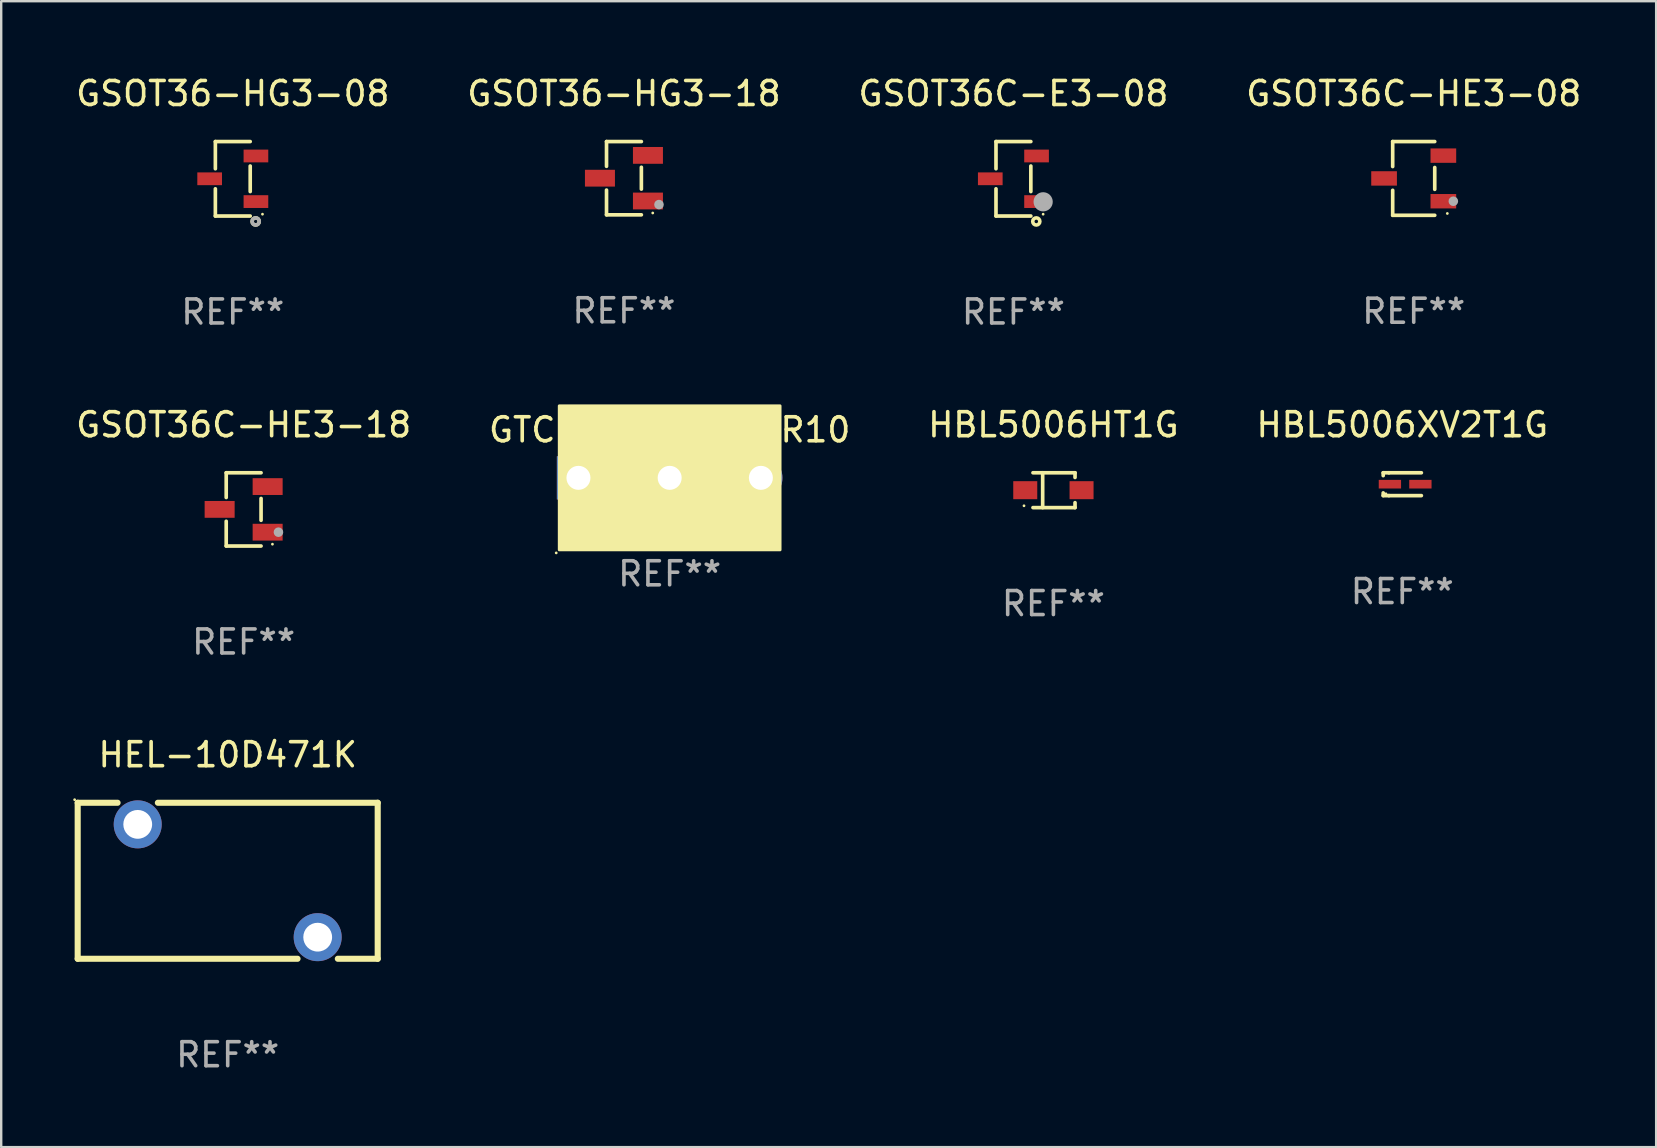
<source format=kicad_pcb>
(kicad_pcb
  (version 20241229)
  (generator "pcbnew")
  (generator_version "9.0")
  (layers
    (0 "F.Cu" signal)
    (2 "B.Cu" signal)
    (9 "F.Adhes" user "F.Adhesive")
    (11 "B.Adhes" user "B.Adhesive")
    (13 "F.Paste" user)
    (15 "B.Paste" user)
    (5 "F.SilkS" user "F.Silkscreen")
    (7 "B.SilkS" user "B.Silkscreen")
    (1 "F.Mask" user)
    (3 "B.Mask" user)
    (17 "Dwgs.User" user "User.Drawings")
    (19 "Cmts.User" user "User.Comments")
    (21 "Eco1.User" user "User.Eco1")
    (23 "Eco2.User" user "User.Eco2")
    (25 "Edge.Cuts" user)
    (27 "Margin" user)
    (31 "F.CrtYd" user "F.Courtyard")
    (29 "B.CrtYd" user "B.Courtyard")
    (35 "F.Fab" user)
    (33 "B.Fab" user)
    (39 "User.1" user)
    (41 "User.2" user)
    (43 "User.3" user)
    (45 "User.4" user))
  (footprint "HBL5006XV2T1G"
    (layer "F.Cu")
    (at 55.375 17.123)
    (property "Reference" "HBL5006XV2T1G" (at 0 -2.476 0) (layer "F.SilkS") (effects (font (size 1 1) (thickness 0.15))))
    (attr through_hole)
    (fp_line (start -0.795 -0.476) (end -0.795 -0.356) (stroke (width 0.152) (type solid)) (layer "F.SilkS"))
    (fp_line (start -0.795 0.363) (end -0.795 0.476) (stroke (width 0.152) (type solid)) (layer "F.SilkS"))
    (fp_line (start -0.795 0.476) (end -0.557 0.476) (stroke (width 0.152) (type solid)) (layer "F.SilkS"))
    (fp_line (start -0.557 -0.476) (end -0.795 -0.476) (stroke (width 0.152) (type solid)) (layer "F.SilkS"))
    (fp_line (start -0.557 -0.476) (end 0.795 -0.476) (stroke (width 0.152) (type solid)) (layer "F.SilkS"))
    (fp_line (start -0.557 0.476) (end 0.795 0.476) (stroke (width 0.152) (type solid)) (layer "F.SilkS"))
    (fp_circle (center -0.681 0.4) (end -0.651 0.4) (stroke (width 0.06) (type solid)) (fill no) (layer "F.SilkS"))
    (fp_text user "REF**" (at 0 4.476 0) (layer "F.Fab") (effects (font (size 1 1) (thickness 0.15))))
    (pad "1" smd rect (at -0.516 0 180) (size 0.93 0.36) (layers "F.Cu" "F.Mask" "F.Paste"))
    (pad "2" smd rect (at 0.754 0 180) (size 0.93 0.36) (layers "F.Cu" "F.Mask" "F.Paste")))
  (footprint "GSOT36C-HE3-08"
    (layer "F.Cu")
    (at 55.851 4.384)
    (property "Reference" "GSOT36C-HE3-08" (at 0 -3.536 0) (layer "F.SilkS") (effects (font (size 1 1) (thickness 0.15))))
    (attr through_hole)
    (fp_line (start -0.876 -1.536) (end -0.876 -0.495) (stroke (width 0.152) (type solid)) (layer "F.SilkS"))
    (fp_line (start -0.876 1.536) (end -0.876 0.495) (stroke (width 0.152) (type solid)) (layer "F.SilkS"))
    (fp_line (start 0.876 -1.536) (end -0.876 -1.536) (stroke (width 0.152) (type solid)) (layer "F.SilkS"))
    (fp_line (start 0.876 -0.455) (end 0.876 0.455) (stroke (width 0.152) (type solid)) (layer "F.SilkS"))
    (fp_line (start 0.876 1.536) (end -0.876 1.536) (stroke (width 0.152) (type solid)) (layer "F.SilkS"))
    (fp_circle (center 1.4 1.46) (end 1.43 1.46) (stroke (width 0.06) (type solid)) (fill no) (layer "F.SilkS"))
    (fp_circle (center 1.651 0.95) (end 1.751 0.95) (stroke (width 0.2) (type solid)) (fill no) (layer "F.Fab"))
    (fp_text user "REF**" (at 0 5.536 0) (layer "F.Fab") (effects (font (size 1 1) (thickness 0.15))))
    (pad "1" smd rect (at 1.235 0.95) (size 1.07 0.6) (layers "F.Cu" "F.Mask" "F.Paste"))
    (pad "2" smd rect (at 1.235 -0.95) (size 1.07 0.6) (layers "F.Cu" "F.Mask" "F.Paste"))
    (pad "3" smd rect (at -1.235 0) (size 1.07 0.6) (layers "F.Cu" "F.Mask" "F.Paste")))
  (footprint "HEL-10D471K"
    (layer "F.Cu")
    (at 6.437 33.646)
    (property "Reference" "HEL-10D471K" (at 0 -5.25 0) (layer "F.SilkS") (effects (font (size 1 1) (thickness 0.15))))
    (attr through_hole)
    (fp_line (start -6.25 -3.25) (end -4.588 -3.25) (stroke (width 0.254) (type solid)) (layer "F.SilkS"))
    (fp_line (start -6.25 3.25) (end -6.25 -3.25) (stroke (width 0.254) (type solid)) (layer "F.SilkS"))
    (fp_line (start -2.91 -3.25) (end 6.25 -3.25) (stroke (width 0.254) (type solid)) (layer "F.SilkS"))
    (fp_line (start 2.91 3.25) (end -6.25 3.25) (stroke (width 0.254) (type solid)) (layer "F.SilkS"))
    (fp_line (start 6.25 -3.25) (end 6.25 3.25) (stroke (width 0.254) (type solid)) (layer "F.SilkS"))
    (fp_line (start 6.25 3.25) (end 4.588 3.25) (stroke (width 0.254) (type solid)) (layer "F.SilkS"))
    (fp_circle (center -6.377 -3.377) (end -6.347 -3.377) (stroke (width 0.06) (type solid)) (fill no) (layer "F.SilkS"))
    (fp_text user "REF**" (at 0 7.25 0) (layer "F.Fab") (effects (font (size 1 1) (thickness 0.15))))
    (pad "1" thru_hole circle (at -3.749 -2.35) (size 2 2) (drill 1.2) (layers "*.Cu" "*.Mask"))
    (pad "2" thru_hole circle (at 3.749 2.35) (size 2 2) (drill 1.2) (layers "*.Cu" "*.Mask")))
  (footprint "HBL5006HT1G"
    (layer "F.Cu")
    (at 40.839 17.373)
    (property "Reference" "HBL5006HT1G" (at 0 -2.726 0) (layer "F.SilkS") (effects (font (size 1 1) (thickness 0.15))))
    (attr through_hole)
    (fp_line (start -0.851 -0.726) (end 0.901 -0.726) (stroke (width 0.152) (type solid)) (layer "F.SilkS"))
    (fp_line (start -0.851 0.726) (end 0.901 0.726) (stroke (width 0.152) (type solid)) (layer "F.SilkS"))
    (fp_line (start -0.447 -0.726) (end -0.447 0.726) (stroke (width 0.152) (type solid)) (layer "F.SilkS"))
    (fp_line (start 0.901 -0.726) (end 0.901 -0.53) (stroke (width 0.152) (type solid)) (layer "F.SilkS"))
    (fp_line (start 0.901 0.726) (end 0.901 0.52) (stroke (width 0.152) (type solid)) (layer "F.SilkS"))
    (fp_circle (center -1.225 0.65) (end -1.195 0.65) (stroke (width 0.06) (type solid)) (fill no) (layer "F.SilkS"))
    (fp_text user "REF**" (at 0 4.726 0) (layer "F.Fab") (effects (font (size 1 1) (thickness 0.15))))
    (pad "1" smd rect (at -1.173 0) (size 1 0.75) (layers "F.Cu" "F.Mask" "F.Paste"))
    (pad "2" smd rect (at 1.173 0) (size 1 0.75) (layers "F.Cu" "F.Mask" "F.Paste")))
  (footprint "GTCR36-151M-R10"
    (layer "F.Cu")
    (at 24.851 16.859)
    (property "Reference" "GTCR36-151M-R10" (at 0 -2 0) (layer "F.SilkS") (effects (font (size 1 1) (thickness 0.15))))
    (attr through_hole)
    (fp_circle (center -4.727 3.127) (end -4.697 3.127) (stroke (width 0.06) (type solid)) (fill no) (layer "F.SilkS"))
    (fp_poly (pts (xy -4.6 -3) (xy 4.6 -3) (xy 4.6 3) (xy -4.6 3)) (stroke (width 0.12) (type solid)) (fill yes) (layer "F.SilkS"))
    (fp_text user "REF**" (at 0 4 0) (layer "F.Fab") (effects (font (size 1 1) (thickness 0.15))))
    (pad "1" thru_hole rect (at -3.8 0) (size 1.8 1.8) (drill 1) (layers "*.Cu" "*.Mask"))
    (pad "2" thru_hole circle (at 3.8 0) (size 1.8 1.8) (drill 1) (layers "*.Cu" "*.Mask"))
    (pad "3" thru_hole circle (at 0 0) (size 1.8 1.8) (drill 1) (layers "*.Cu" "*.Mask")))
  (footprint "GSOT36-HG3-18"
    (layer "F.Cu")
    (at 22.946 4.374)
    (property "Reference" "GSOT36-HG3-18" (at 0 -3.526 0) (layer "F.SilkS") (effects (font (size 1 1) (thickness 0.15))))
    (attr through_hole)
    (fp_line (start -0.726 -1.526) (end -0.726 -0.495) (stroke (width 0.152) (type solid)) (layer "F.SilkS"))
    (fp_line (start -0.726 1.526) (end -0.726 0.495) (stroke (width 0.152) (type solid)) (layer "F.SilkS"))
    (fp_line (start 0.726 -1.526) (end -0.726 -1.526) (stroke (width 0.152) (type solid)) (layer "F.SilkS"))
    (fp_line (start 0.726 -0.455) (end 0.726 0.455) (stroke (width 0.152) (type solid)) (layer "F.SilkS"))
    (fp_line (start 0.726 1.526) (end -0.726 1.526) (stroke (width 0.152) (type solid)) (layer "F.SilkS"))
    (fp_circle (center 1.2 1.45) (end 1.23 1.45) (stroke (width 0.06) (type solid)) (fill no) (layer "F.SilkS"))
    (fp_circle (center 1.46 1.1) (end 1.56 1.1) (stroke (width 0.2) (type solid)) (fill no) (layer "F.Fab"))
    (fp_text user "REF**" (at 0 5.526 0) (layer "F.Fab") (effects (font (size 1 1) (thickness 0.15))))
    (pad "1" smd rect (at 1 0.95) (size 1.25 0.7) (layers "F.Cu" "F.Mask" "F.Paste"))
    (pad "2" smd rect (at 1 -0.95) (size 1.25 0.7) (layers "F.Cu" "F.Mask" "F.Paste"))
    (pad "3" smd rect (at -1 0) (size 1.25 0.7) (layers "F.Cu" "F.Mask" "F.Paste")))
  (footprint "GSOT36C-E3-08"
    (layer "F.Cu")
    (at 39.173 4.399)
    (property "Reference" "GSOT36C-E3-08" (at 0 -3.551 0) (layer "F.SilkS") (effects (font (size 1 1) (thickness 0.15))))
    (attr through_hole)
    (fp_line (start -0.726 -1.551) (end -0.726 -0.418) (stroke (width 0.152) (type solid)) (layer "F.SilkS"))
    (fp_line (start -0.726 1.551) (end -0.726 0.418) (stroke (width 0.152) (type solid)) (layer "F.SilkS"))
    (fp_line (start 0.726 -1.551) (end -0.726 -1.551) (stroke (width 0.152) (type solid)) (layer "F.SilkS"))
    (fp_line (start 0.726 0.532) (end 0.726 -0.532) (stroke (width 0.152) (type solid)) (layer "F.SilkS"))
    (fp_line (start 0.726 1.551) (end -0.726 1.551) (stroke (width 0.152) (type solid)) (layer "F.SilkS"))
    (fp_circle (center 0.953 1.777) (end 1.027 1.777) (stroke (width 0.15) (type solid)) (fill no) (layer "F.SilkS"))
    (fp_circle (center 1.238 1.475) (end 1.268 1.475) (stroke (width 0.06) (type solid)) (fill no) (layer "F.SilkS"))
    (fp_circle (center 1.239 0.959) (end 1.439 0.959) (stroke (width 0.4) (type solid)) (fill no) (layer "F.Fab"))
    (fp_text user "REF**" (at 0 5.551 0) (layer "F.Fab") (effects (font (size 1 1) (thickness 0.15))))
    (pad "1" smd rect (at 0.964 0.95 90) (size 0.532 1.028) (layers "F.Cu" "F.Mask" "F.Paste"))
    (pad "2" smd rect (at 0.964 -0.95 90) (size 0.532 1.028) (layers "F.Cu" "F.Mask" "F.Paste"))
    (pad "3" smd rect (at -0.964 -0.000025 90) (size 0.532 1.028) (layers "F.Cu" "F.Mask" "F.Paste")))
  (footprint "GSOT36C-HE3-18"
    (layer "F.Cu")
    (at 7.101 18.173)
    (property "Reference" "GSOT36C-HE3-18" (at 0 -3.526 0) (layer "F.SilkS") (effects (font (size 1 1) (thickness 0.15))))
    (attr through_hole)
    (fp_line (start -0.726 -1.526) (end -0.726 -0.495) (stroke (width 0.152) (type solid)) (layer "F.SilkS"))
    (fp_line (start -0.726 1.526) (end -0.726 0.495) (stroke (width 0.152) (type solid)) (layer "F.SilkS"))
    (fp_line (start 0.726 -1.526) (end -0.726 -1.526) (stroke (width 0.152) (type solid)) (layer "F.SilkS"))
    (fp_line (start 0.726 -0.455) (end 0.726 0.455) (stroke (width 0.152) (type solid)) (layer "F.SilkS"))
    (fp_line (start 0.726 1.526) (end -0.726 1.526) (stroke (width 0.152) (type solid)) (layer "F.SilkS"))
    (fp_circle (center 1.2 1.45) (end 1.23 1.45) (stroke (width 0.06) (type solid)) (fill no) (layer "F.SilkS"))
    (fp_circle (center 1.45 0.95) (end 1.55 0.95) (stroke (width 0.2) (type solid)) (fill no) (layer "F.Fab"))
    (fp_text user "REF**" (at 0 5.526 0) (layer "F.Fab") (effects (font (size 1 1) (thickness 0.15))))
    (pad "1" smd rect (at 1 0.95) (size 1.25 0.7) (layers "F.Cu" "F.Mask" "F.Paste"))
    (pad "2" smd rect (at 1 -0.95) (size 1.25 0.7) (layers "F.Cu" "F.Mask" "F.Paste"))
    (pad "3" smd rect (at -1 0) (size 1.25 0.7) (layers "F.Cu" "F.Mask" "F.Paste")))
  (footprint "GSOT36-HG3-08"
    (layer "F.Cu")
    (at 6.649 4.399)
    (property "Reference" "GSOT36-HG3-08" (at 0 -3.551 0) (layer "F.SilkS") (effects (font (size 1 1) (thickness 0.15))))
    (attr through_hole)
    (fp_line (start -0.726 -1.551) (end -0.726 -0.418) (stroke (width 0.152) (type solid)) (layer "F.SilkS"))
    (fp_line (start -0.726 1.551) (end -0.726 0.418) (stroke (width 0.152) (type solid)) (layer "F.SilkS"))
    (fp_line (start 0.726 -1.551) (end -0.726 -1.551) (stroke (width 0.152) (type solid)) (layer "F.SilkS"))
    (fp_line (start 0.726 0.532) (end 0.726 -0.532) (stroke (width 0.152) (type solid)) (layer "F.SilkS"))
    (fp_line (start 0.726 1.551) (end -0.726 1.551) (stroke (width 0.152) (type solid)) (layer "F.SilkS"))
    (fp_circle (center 0.953 1.777) (end 1.027 1.777) (stroke (width 0.15) (type solid)) (fill no) (layer "F.SilkS"))
    (fp_circle (center 1.237 1.475) (end 1.267 1.475) (stroke (width 0.06) (type solid)) (fill no) (layer "F.SilkS"))
    (fp_circle (center 0.953 1.777) (end 1.027 1.777) (stroke (width 0.15) (type solid)) (fill no) (layer "F.Fab"))
    (fp_text user "REF**" (at 0 5.551 0) (layer "F.Fab") (effects (font (size 1 1) (thickness 0.15))))
    (pad "1" smd rect (at 0.964 0.95 90) (size 0.532 1.028) (layers "F.Cu" "F.Mask" "F.Paste"))
    (pad "2" smd rect (at 0.964 -0.95 90) (size 0.532 1.028) (layers "F.Cu" "F.Mask" "F.Paste"))
    (pad "3" smd rect (at -0.964 -0.000025 90) (size 0.532 1.028) (layers "F.Cu" "F.Mask" "F.Paste")))
  (gr_rect
    (start -3 -3)
    (end 65.952 44.744)
    (stroke (width 0.1) (type default))
    (fill no)
    (layer "Edge.Cuts")))
</source>
